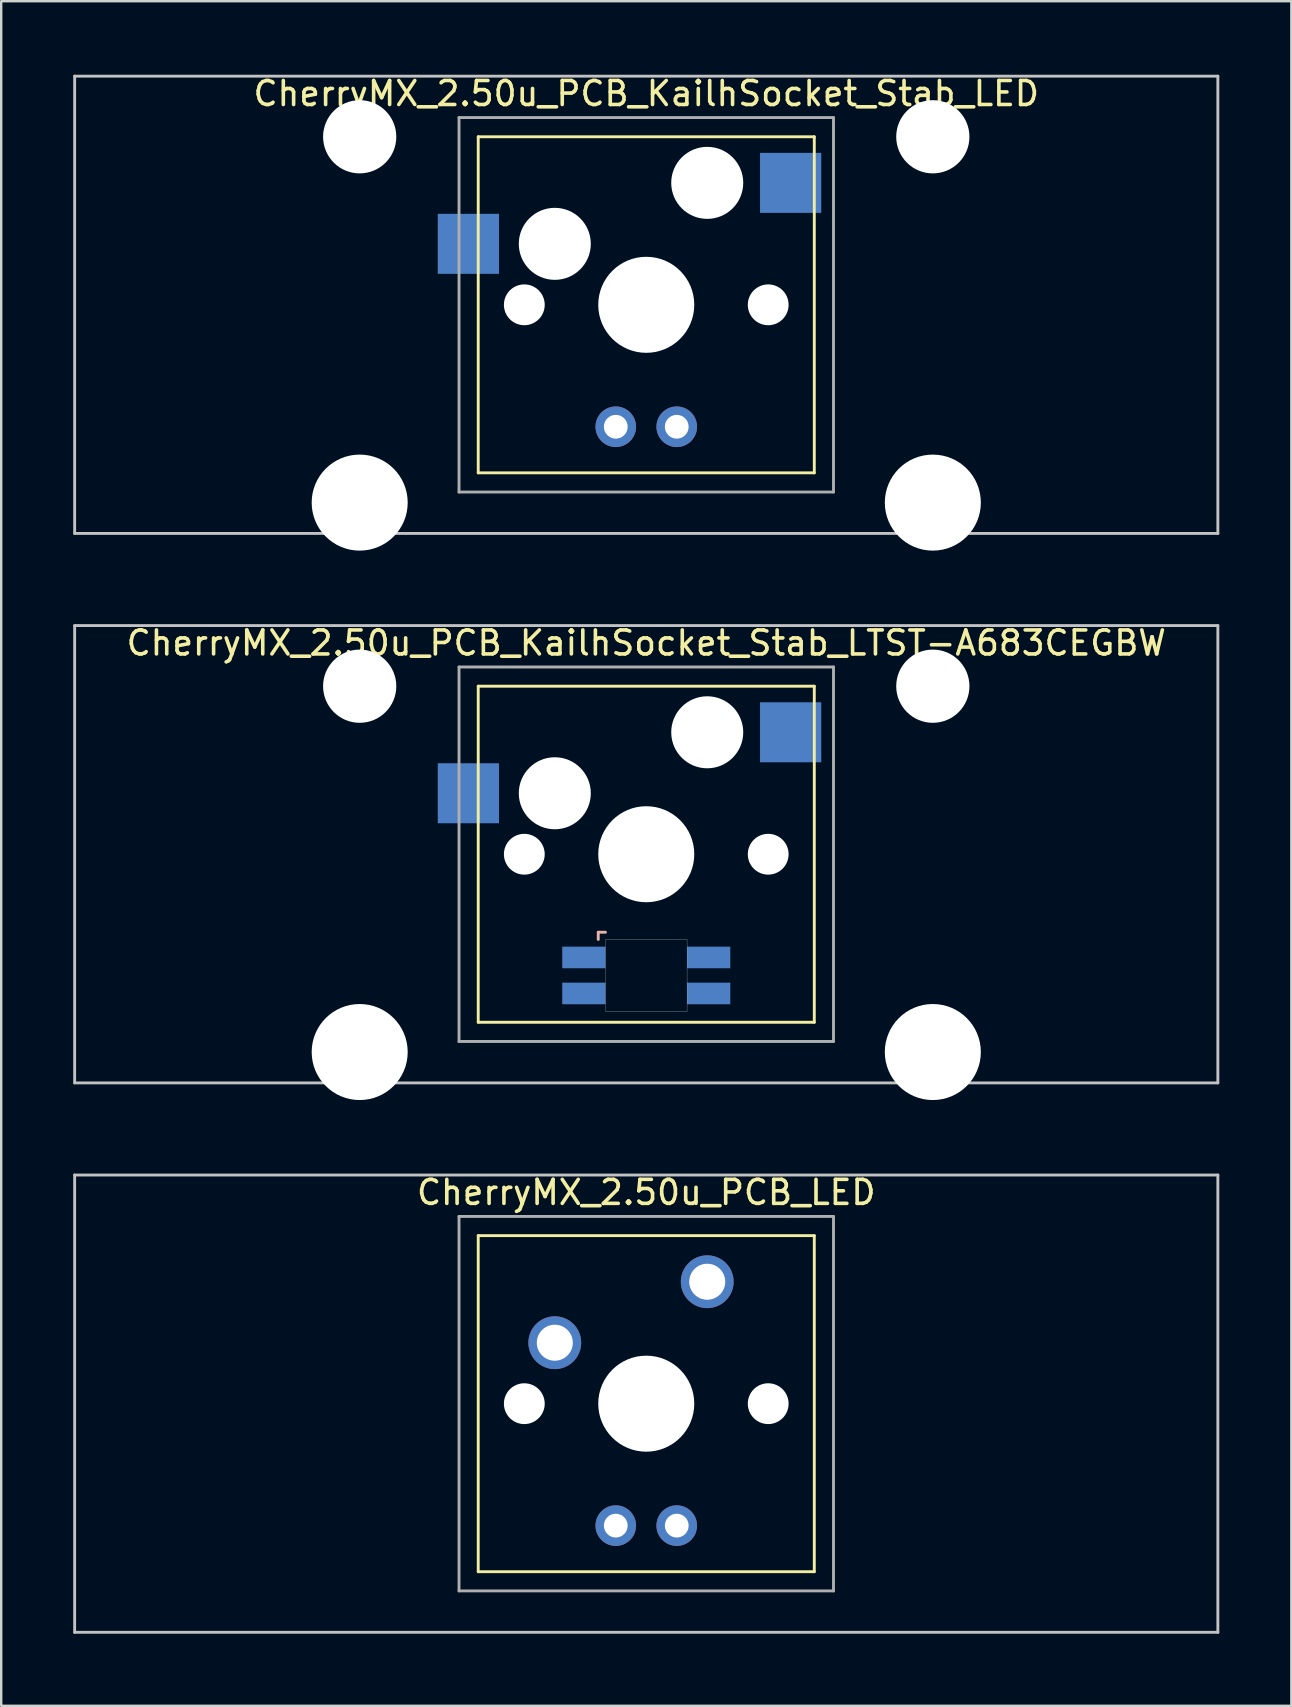
<source format=kicad_pcb>
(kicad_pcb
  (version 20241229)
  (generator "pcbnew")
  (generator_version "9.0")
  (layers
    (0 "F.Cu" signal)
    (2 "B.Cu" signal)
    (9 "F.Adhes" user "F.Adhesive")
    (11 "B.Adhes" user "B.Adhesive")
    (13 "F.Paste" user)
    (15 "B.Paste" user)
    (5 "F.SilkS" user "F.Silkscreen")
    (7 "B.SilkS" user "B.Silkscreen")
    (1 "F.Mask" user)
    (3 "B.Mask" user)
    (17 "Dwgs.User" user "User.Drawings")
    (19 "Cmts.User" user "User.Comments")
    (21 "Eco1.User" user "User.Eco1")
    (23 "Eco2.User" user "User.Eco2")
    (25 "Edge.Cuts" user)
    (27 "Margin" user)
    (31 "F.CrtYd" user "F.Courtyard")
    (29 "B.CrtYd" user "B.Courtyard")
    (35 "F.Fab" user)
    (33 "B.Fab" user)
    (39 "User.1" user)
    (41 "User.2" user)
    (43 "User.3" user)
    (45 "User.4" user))
  (footprint "CherryMX_2.50u_PCB_KailhSocket_Stab_LED"
    (layer "F.Cu")
    (at 23.872 9.648)
    (property "Reference" "CherryMX_2.50u_PCB_KailhSocket_Stab_LED" (at 0 -8.8 0) (layer "F.SilkS") (effects (font (size 1 1) (thickness 0.15))))
    (attr through_hole)
    (fp_line (start -7 -7) (end -7 7) (stroke (width 0.12) (type solid)) (layer "F.SilkS"))
    (fp_line (start -7 -7) (end 7 -7) (stroke (width 0.12) (type solid)) (layer "F.SilkS"))
    (fp_line (start 7 -7) (end 7 7) (stroke (width 0.12) (type solid)) (layer "F.SilkS"))
    (fp_line (start 7 7) (end -7 7) (stroke (width 0.12) (type solid)) (layer "F.SilkS"))
    (fp_line (start -23.812 -9.525) (end 23.812 -9.525) (stroke (width 0.12) (type solid)) (layer "Dwgs.User"))
    (fp_line (start -23.812 9.525) (end -23.812 -9.525) (stroke (width 0.12) (type solid)) (layer "Dwgs.User"))
    (fp_line (start 23.812 -9.525) (end 23.812 9.525) (stroke (width 0.12) (type solid)) (layer "Dwgs.User"))
    (fp_line (start 23.812 9.525) (end -23.812 9.525) (stroke (width 0.12) (type solid)) (layer "Dwgs.User"))
    (fp_line (start -7.8 -7.8) (end -7.8 7.8) (stroke (width 0.12) (type solid)) (layer "F.Fab"))
    (fp_line (start -7.8 -7.8) (end 7.8 -7.8) (stroke (width 0.12) (type solid)) (layer "F.Fab"))
    (fp_line (start -7.8 7.8) (end 7.8 7.8) (stroke (width 0.12) (type solid)) (layer "F.Fab"))
    (fp_line (start 7.8 -7.8) (end 7.8 7.8) (stroke (width 0.12) (type solid)) (layer "F.Fab"))
    (pad "" np_thru_hole circle (at -11.938 -7) (size 3.05 3.05) (drill 3.05) (layers "*.Cu" "*.Mask"))
    (pad "" np_thru_hole circle (at -11.938 8.24) (size 4 4) (drill 4) (layers "*.Cu" "*.Mask"))
    (pad "" np_thru_hole circle (at -5.08 0) (size 1.7 1.7) (drill 1.7) (layers "*.Cu" "*.Mask"))
    (pad "" np_thru_hole circle (at -3.81 -2.54) (size 3 3) (drill 3) (layers "*.Cu" "*.Mask"))
    (pad "" np_thru_hole circle (at 0 0) (size 4 4) (drill 4) (layers "*.Cu" "*.Mask"))
    (pad "" np_thru_hole circle (at 2.54 -5.08) (size 3 3) (drill 3) (layers "*.Cu" "*.Mask"))
    (pad "" np_thru_hole circle (at 5.08 0) (size 1.7 1.7) (drill 1.7) (layers "*.Cu" "*.Mask"))
    (pad "" np_thru_hole circle (at 11.938 -7) (size 3.05 3.05) (drill 3.05) (layers "*.Cu" "*.Mask"))
    (pad "" np_thru_hole circle (at 11.938 8.24) (size 4 4) (drill 4) (layers "*.Cu" "*.Mask"))
    (pad "1" smd rect (at -7.41 -2.54) (size 2.55 2.5) (layers "B.Cu" "B.Mask" "B.Paste"))
    (pad "2" smd rect (at 6.015 -5.08) (size 2.55 2.5) (layers "B.Cu" "B.Mask" "B.Paste"))
    (pad "3" thru_hole circle (at -1.27 5.08) (size 1.691 1.691) (drill 0.991) (layers "*.Cu" "*.Mask"))
    (pad "4" thru_hole circle (at 1.27 5.08) (size 1.691 1.691) (drill 0.991) (layers "*.Cu" "*.Mask")))
  (footprint "CherryMX_2.50u_PCB_LED"
    (layer "F.Cu")
    (at 23.872 55.425)
    (property "Reference" "CherryMX_2.50u_PCB_LED" (at 0 -8.8 0) (layer "F.SilkS") (effects (font (size 1 1) (thickness 0.15))))
    (attr through_hole)
    (fp_line (start -7 -7) (end -7 7) (stroke (width 0.12) (type solid)) (layer "F.SilkS"))
    (fp_line (start -7 -7) (end 7 -7) (stroke (width 0.12) (type solid)) (layer "F.SilkS"))
    (fp_line (start 7 -7) (end 7 7) (stroke (width 0.12) (type solid)) (layer "F.SilkS"))
    (fp_line (start 7 7) (end -7 7) (stroke (width 0.12) (type solid)) (layer "F.SilkS"))
    (fp_line (start -23.812 -9.525) (end 23.812 -9.525) (stroke (width 0.12) (type solid)) (layer "Dwgs.User"))
    (fp_line (start -23.812 9.525) (end -23.812 -9.525) (stroke (width 0.12) (type solid)) (layer "Dwgs.User"))
    (fp_line (start 23.812 -9.525) (end 23.812 9.525) (stroke (width 0.12) (type solid)) (layer "Dwgs.User"))
    (fp_line (start 23.812 9.525) (end -23.812 9.525) (stroke (width 0.12) (type solid)) (layer "Dwgs.User"))
    (fp_line (start -7.8 -7.8) (end -7.8 7.8) (stroke (width 0.12) (type solid)) (layer "F.Fab"))
    (fp_line (start -7.8 -7.8) (end 7.8 -7.8) (stroke (width 0.12) (type solid)) (layer "F.Fab"))
    (fp_line (start -7.8 7.8) (end 7.8 7.8) (stroke (width 0.12) (type solid)) (layer "F.Fab"))
    (fp_line (start 7.8 -7.8) (end 7.8 7.8) (stroke (width 0.12) (type solid)) (layer "F.Fab"))
    (pad "" np_thru_hole circle (at -5.08 0) (size 1.7 1.7) (drill 1.7) (layers "*.Cu" "*.Mask"))
    (pad "" np_thru_hole circle (at 0 0) (size 4 4) (drill 4) (layers "*.Cu" "*.Mask"))
    (pad "" np_thru_hole circle (at 5.08 0) (size 1.7 1.7) (drill 1.7) (layers "*.Cu" "*.Mask"))
    (pad "1" thru_hole circle (at -3.81 -2.54) (size 2.2 2.2) (drill 1.5) (layers "*.Cu" "*.Mask"))
    (pad "2" thru_hole circle (at 2.54 -5.08) (size 2.2 2.2) (drill 1.5) (layers "*.Cu" "*.Mask"))
    (pad "3" thru_hole circle (at -1.27 5.08) (size 1.691 1.691) (drill 0.991) (layers "*.Cu" "*.Mask"))
    (pad "4" thru_hole circle (at 1.27 5.08) (size 1.691 1.691) (drill 0.991) (layers "*.Cu" "*.Mask")))
  (footprint "CherryMX_2.50u_PCB_KailhSocket_Stab_LTST-A683CEGBW"
    (layer "F.Cu")
    (at 23.872 32.536)
    (property "Reference" "CherryMX_2.50u_PCB_KailhSocket_Stab_LTST-A683CEGBW" (at 0 -8.8 0) (layer "F.SilkS") (effects (font (size 1 1) (thickness 0.15))))
    (attr through_hole)
    (fp_line (start -7 -7) (end -7 7) (stroke (width 0.12) (type solid)) (layer "F.SilkS"))
    (fp_line (start -7 -7) (end 7 -7) (stroke (width 0.12) (type solid)) (layer "F.SilkS"))
    (fp_line (start 7 -7) (end 7 7) (stroke (width 0.12) (type solid)) (layer "F.SilkS"))
    (fp_line (start 7 7) (end -7 7) (stroke (width 0.12) (type solid)) (layer "F.SilkS"))
    (fp_line (start -2 3.25) (end -2 3.55) (stroke (width 0.12) (type solid)) (layer "B.SilkS"))
    (fp_line (start -1.7 3.25) (end -2 3.25) (stroke (width 0.12) (type solid)) (layer "B.SilkS"))
    (fp_line (start -23.812 -9.525) (end 23.812 -9.525) (stroke (width 0.12) (type solid)) (layer "Dwgs.User"))
    (fp_line (start -23.812 9.525) (end -23.812 -9.525) (stroke (width 0.12) (type solid)) (layer "Dwgs.User"))
    (fp_line (start 23.812 -9.525) (end 23.812 9.525) (stroke (width 0.12) (type solid)) (layer "Dwgs.User"))
    (fp_line (start 23.812 9.525) (end -23.812 9.525) (stroke (width 0.12) (type solid)) (layer "Dwgs.User"))
    (fp_poly (pts (xy 1.7 6.55) (xy -1.7 6.55) (xy -1.7 3.55) (xy 1.7 3.55)) (stroke (width 0.01) (type solid)) (fill no) (layer "Edge.Cuts"))
    (fp_line (start -7.8 -7.8) (end -7.8 7.8) (stroke (width 0.12) (type solid)) (layer "F.Fab"))
    (fp_line (start -7.8 -7.8) (end 7.8 -7.8) (stroke (width 0.12) (type solid)) (layer "F.Fab"))
    (fp_line (start -7.8 7.8) (end 7.8 7.8) (stroke (width 0.12) (type solid)) (layer "F.Fab"))
    (fp_line (start 7.8 -7.8) (end 7.8 7.8) (stroke (width 0.12) (type solid)) (layer "F.Fab"))
    (pad "" np_thru_hole circle (at -11.938 -7) (size 3.05 3.05) (drill 3.05) (layers "*.Cu" "*.Mask"))
    (pad "" np_thru_hole circle (at -11.938 8.24) (size 4 4) (drill 4) (layers "*.Cu" "*.Mask"))
    (pad "" np_thru_hole circle (at -5.08 0) (size 1.7 1.7) (drill 1.7) (layers "*.Cu" "*.Mask"))
    (pad "" np_thru_hole circle (at -3.81 -2.54) (size 3 3) (drill 3) (layers "*.Cu" "*.Mask"))
    (pad "" np_thru_hole circle (at 0 0) (size 4 4) (drill 4) (layers "*.Cu" "*.Mask"))
    (pad "" np_thru_hole circle (at 2.54 -5.08) (size 3 3) (drill 3) (layers "*.Cu" "*.Mask"))
    (pad "" np_thru_hole circle (at 5.08 0) (size 1.7 1.7) (drill 1.7) (layers "*.Cu" "*.Mask"))
    (pad "" np_thru_hole circle (at 11.938 -7) (size 3.05 3.05) (drill 3.05) (layers "*.Cu" "*.Mask"))
    (pad "" np_thru_hole circle (at 11.938 8.24) (size 4 4) (drill 4) (layers "*.Cu" "*.Mask"))
    (pad "1" smd rect (at -7.41 -2.54) (size 2.55 2.5) (layers "B.Cu" "B.Mask" "B.Paste"))
    (pad "2" smd rect (at 6.015 -5.08) (size 2.55 2.5) (layers "B.Cu" "B.Mask" "B.Paste"))
    (pad "3" smd rect (at -2.6 4.3) (size 1.8 0.9) (layers "B.Cu" "B.Mask" "B.Paste"))
    (pad "4" smd rect (at -2.6 5.8) (size 1.8 0.9) (layers "B.Cu" "B.Mask" "B.Paste"))
    (pad "5" smd rect (at 2.6 4.3) (size 1.8 0.9) (layers "B.Cu" "B.Mask" "B.Paste"))
    (pad "6" smd rect (at 2.6 5.8) (size 1.8 0.9) (layers "B.Cu" "B.Mask" "B.Paste")))
  (gr_rect
    (start -3 -3)
    (end 50.745 68.01)
    (stroke (width 0.1) (type default))
    (fill no)
    (layer "Edge.Cuts")))
</source>
